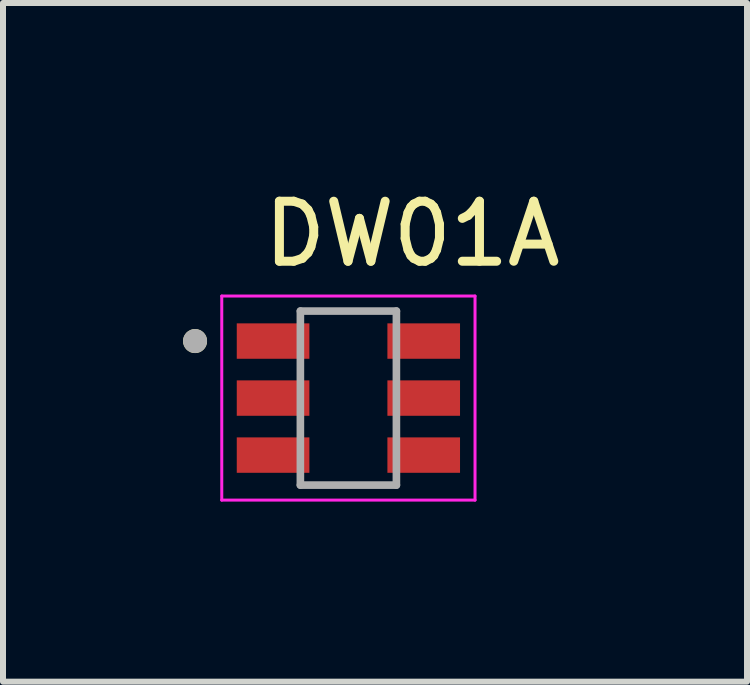
<source format=kicad_pcb>
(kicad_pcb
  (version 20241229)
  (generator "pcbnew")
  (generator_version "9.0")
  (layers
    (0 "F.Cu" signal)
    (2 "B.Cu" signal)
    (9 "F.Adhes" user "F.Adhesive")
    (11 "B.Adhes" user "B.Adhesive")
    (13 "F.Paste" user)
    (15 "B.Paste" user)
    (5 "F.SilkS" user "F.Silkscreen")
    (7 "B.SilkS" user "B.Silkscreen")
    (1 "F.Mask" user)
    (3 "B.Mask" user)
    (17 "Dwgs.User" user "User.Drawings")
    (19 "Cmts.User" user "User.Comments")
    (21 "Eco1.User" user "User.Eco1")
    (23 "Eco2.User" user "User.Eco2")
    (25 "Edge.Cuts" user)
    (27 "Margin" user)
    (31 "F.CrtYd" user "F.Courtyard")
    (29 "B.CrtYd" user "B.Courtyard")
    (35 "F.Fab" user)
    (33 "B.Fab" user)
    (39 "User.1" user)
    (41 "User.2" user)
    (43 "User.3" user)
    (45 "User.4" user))
  (footprint "DW01A"
    (layer "F.Cu")
    (at 2.755 3.583)
    (property "Reference" "DW01A" (at 1.065 -2.735 0) (layer "F.SilkS") (effects (font (size 1 1) (thickness 0.15))))
    (attr smd)
    (fp_circle (center -2.555 -0.95) (end -2.455 -0.95) (stroke (width 0.2) (type solid)) (fill no) (layer "F.SilkS"))
    (fp_line (start -2.11 -1.7) (end -2.11 1.7) (stroke (width 0.05) (type solid)) (layer "F.CrtYd"))
    (fp_line (start -2.11 1.7) (end 2.11 1.7) (stroke (width 0.05) (type solid)) (layer "F.CrtYd"))
    (fp_line (start 2.11 -1.7) (end -2.11 -1.7) (stroke (width 0.05) (type solid)) (layer "F.CrtYd"))
    (fp_line (start 2.11 1.7) (end 2.11 -1.7) (stroke (width 0.05) (type solid)) (layer "F.CrtYd"))
    (fp_line (start -0.8 -1.45) (end 0.8 -1.45) (stroke (width 0.127) (type solid)) (layer "F.Fab"))
    (fp_line (start -0.8 1.45) (end -0.8 -1.45) (stroke (width 0.127) (type solid)) (layer "F.Fab"))
    (fp_line (start 0.8 -1.45) (end 0.8 1.45) (stroke (width 0.127) (type solid)) (layer "F.Fab"))
    (fp_line (start 0.8 1.45) (end -0.8 1.45) (stroke (width 0.127) (type solid)) (layer "F.Fab"))
    (fp_circle (center -2.555 -0.95) (end -2.455 -0.95) (stroke (width 0.2) (type solid)) (fill no) (layer "F.Fab"))
    (pad "1" smd rect (at -1.255 -0.95) (size 1.21 0.59) (layers "F.Cu" "F.Mask" "F.Paste"))
    (pad "2" smd rect (at -1.255 0) (size 1.21 0.59) (layers "F.Cu" "F.Mask" "F.Paste"))
    (pad "3" smd rect (at -1.255 0.95) (size 1.21 0.59) (layers "F.Cu" "F.Mask" "F.Paste"))
    (pad "4" smd rect (at 1.255 0.95) (size 1.21 0.59) (layers "F.Cu" "F.Mask" "F.Paste"))
    (pad "5" smd rect (at 1.255 0) (size 1.21 0.59) (layers "F.Cu" "F.Mask" "F.Paste"))
    (pad "6" smd rect (at 1.255 -0.95) (size 1.21 0.59) (layers "F.Cu" "F.Mask" "F.Paste")))
  (gr_rect
    (start -3 -3)
    (end 9.397 8.308)
    (stroke (width 0.1) (type default))
    (fill no)
    (layer "Edge.Cuts")))
</source>
